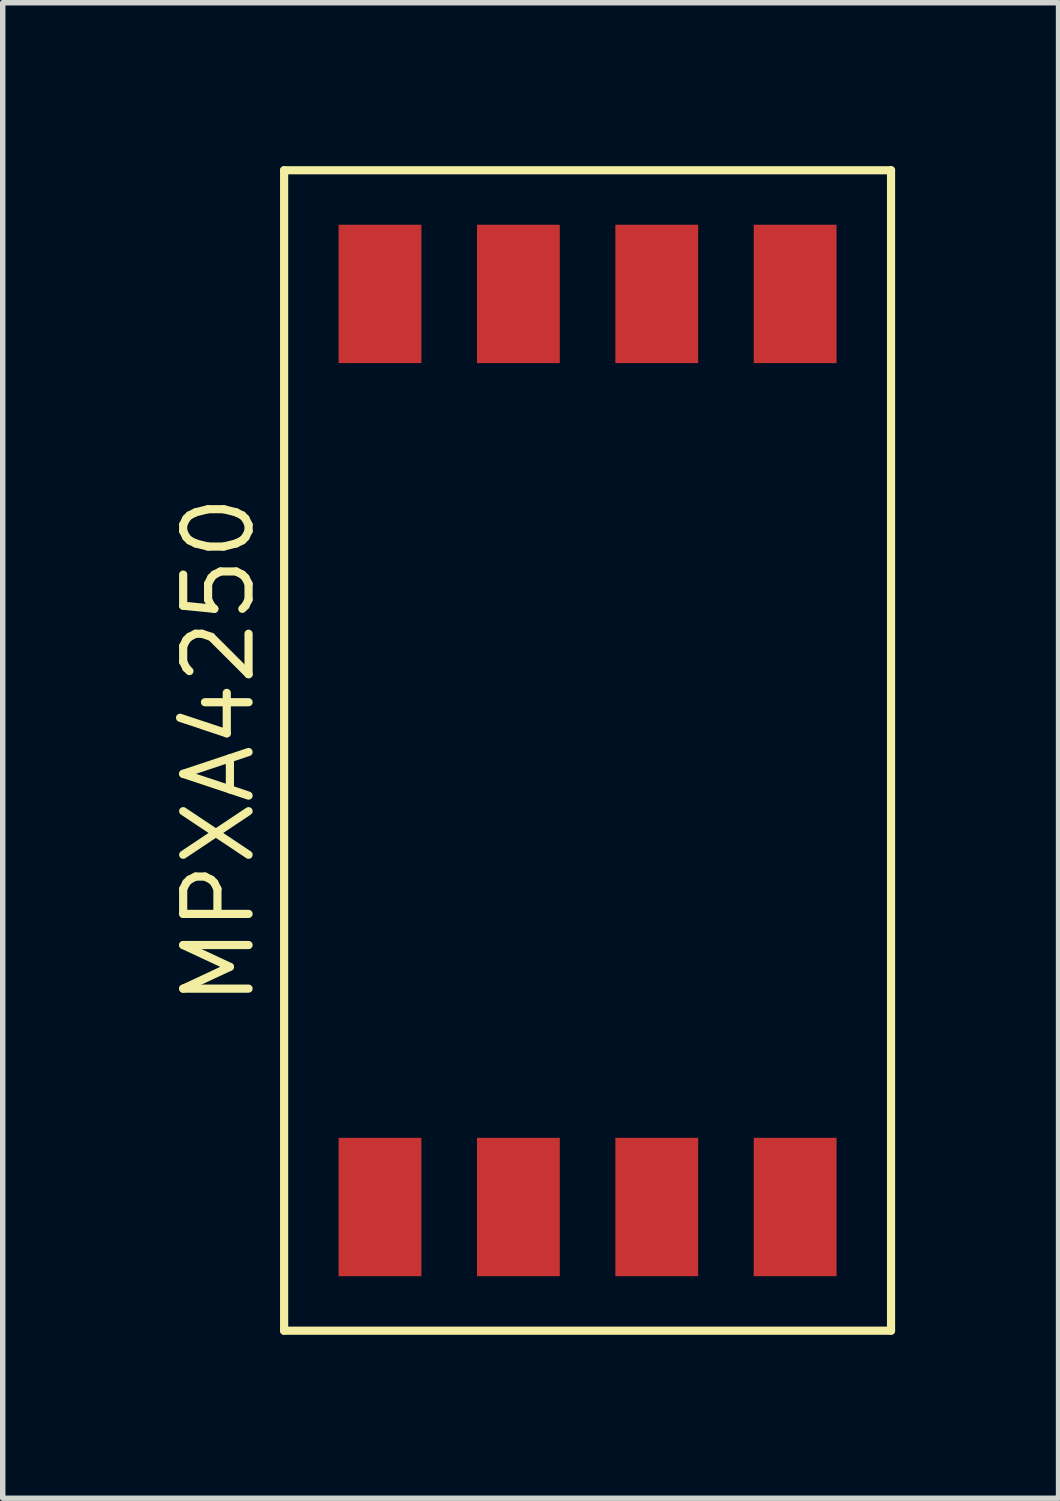
<source format=kicad_pcb>
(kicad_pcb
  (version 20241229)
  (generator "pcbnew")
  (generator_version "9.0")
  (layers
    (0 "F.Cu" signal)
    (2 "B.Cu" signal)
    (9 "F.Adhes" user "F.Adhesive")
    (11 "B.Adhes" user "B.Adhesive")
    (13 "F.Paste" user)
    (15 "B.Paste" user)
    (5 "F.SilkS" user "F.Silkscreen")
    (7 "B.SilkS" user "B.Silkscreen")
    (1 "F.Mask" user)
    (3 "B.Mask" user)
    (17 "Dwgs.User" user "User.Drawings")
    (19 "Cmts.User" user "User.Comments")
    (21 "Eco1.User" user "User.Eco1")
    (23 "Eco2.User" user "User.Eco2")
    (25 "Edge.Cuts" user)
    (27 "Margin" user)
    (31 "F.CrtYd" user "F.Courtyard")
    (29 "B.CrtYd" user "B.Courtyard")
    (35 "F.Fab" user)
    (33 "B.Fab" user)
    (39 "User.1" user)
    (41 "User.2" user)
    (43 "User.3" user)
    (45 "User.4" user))
  (footprint "MPXA4250"
    (layer "F.Cu")
    (at 7.735 10.725)
    (property "Reference" "MPXA4250" (at -6.77 0 90) (layer "F.SilkS") (effects (font (size 1.2 1.2) (thickness 0.15))))
    (attr through_hole)
    (fp_line (start -5.57 -10.65) (end 5.57 -10.65) (stroke (width 0.15) (type solid)) (layer "F.SilkS"))
    (fp_line (start -5.57 10.65) (end -5.57 -10.65) (stroke (width 0.15) (type solid)) (layer "F.SilkS"))
    (fp_line (start -5.57 10.65) (end 5.57 10.65) (stroke (width 0.15) (type solid)) (layer "F.SilkS"))
    (fp_line (start 5.57 10.65) (end 5.57 -10.65) (stroke (width 0.15) (type solid)) (layer "F.SilkS"))
    (pad "1" smd rect (at -3.81 8.38) (size 1.52 2.54) (layers "F.Cu" "F.Mask" "F.Paste"))
    (pad "2" smd rect (at -1.27 8.38) (size 1.52 2.54) (layers "F.Cu" "F.Mask" "F.Paste"))
    (pad "3" smd rect (at 1.27 8.38) (size 1.52 2.54) (layers "F.Cu" "F.Mask" "F.Paste"))
    (pad "4" smd rect (at 3.81 8.38) (size 1.52 2.54) (layers "F.Cu" "F.Mask" "F.Paste"))
    (pad "5" smd rect (at 3.81 -8.38) (size 1.52 2.54) (layers "F.Cu" "F.Mask" "F.Paste"))
    (pad "6" smd rect (at 1.27 -8.38) (size 1.52 2.54) (layers "F.Cu" "F.Mask" "F.Paste"))
    (pad "7" smd rect (at -1.27 -8.38) (size 1.52 2.54) (layers "F.Cu" "F.Mask" "F.Paste"))
    (pad "8" smd rect (at -3.81 -8.38) (size 1.52 2.54) (layers "F.Cu" "F.Mask" "F.Paste")))
  (gr_rect
    (start -3 -3)
    (end 16.38 24.45)
    (stroke (width 0.1) (type default))
    (fill no)
    (layer "Edge.Cuts")))
</source>
